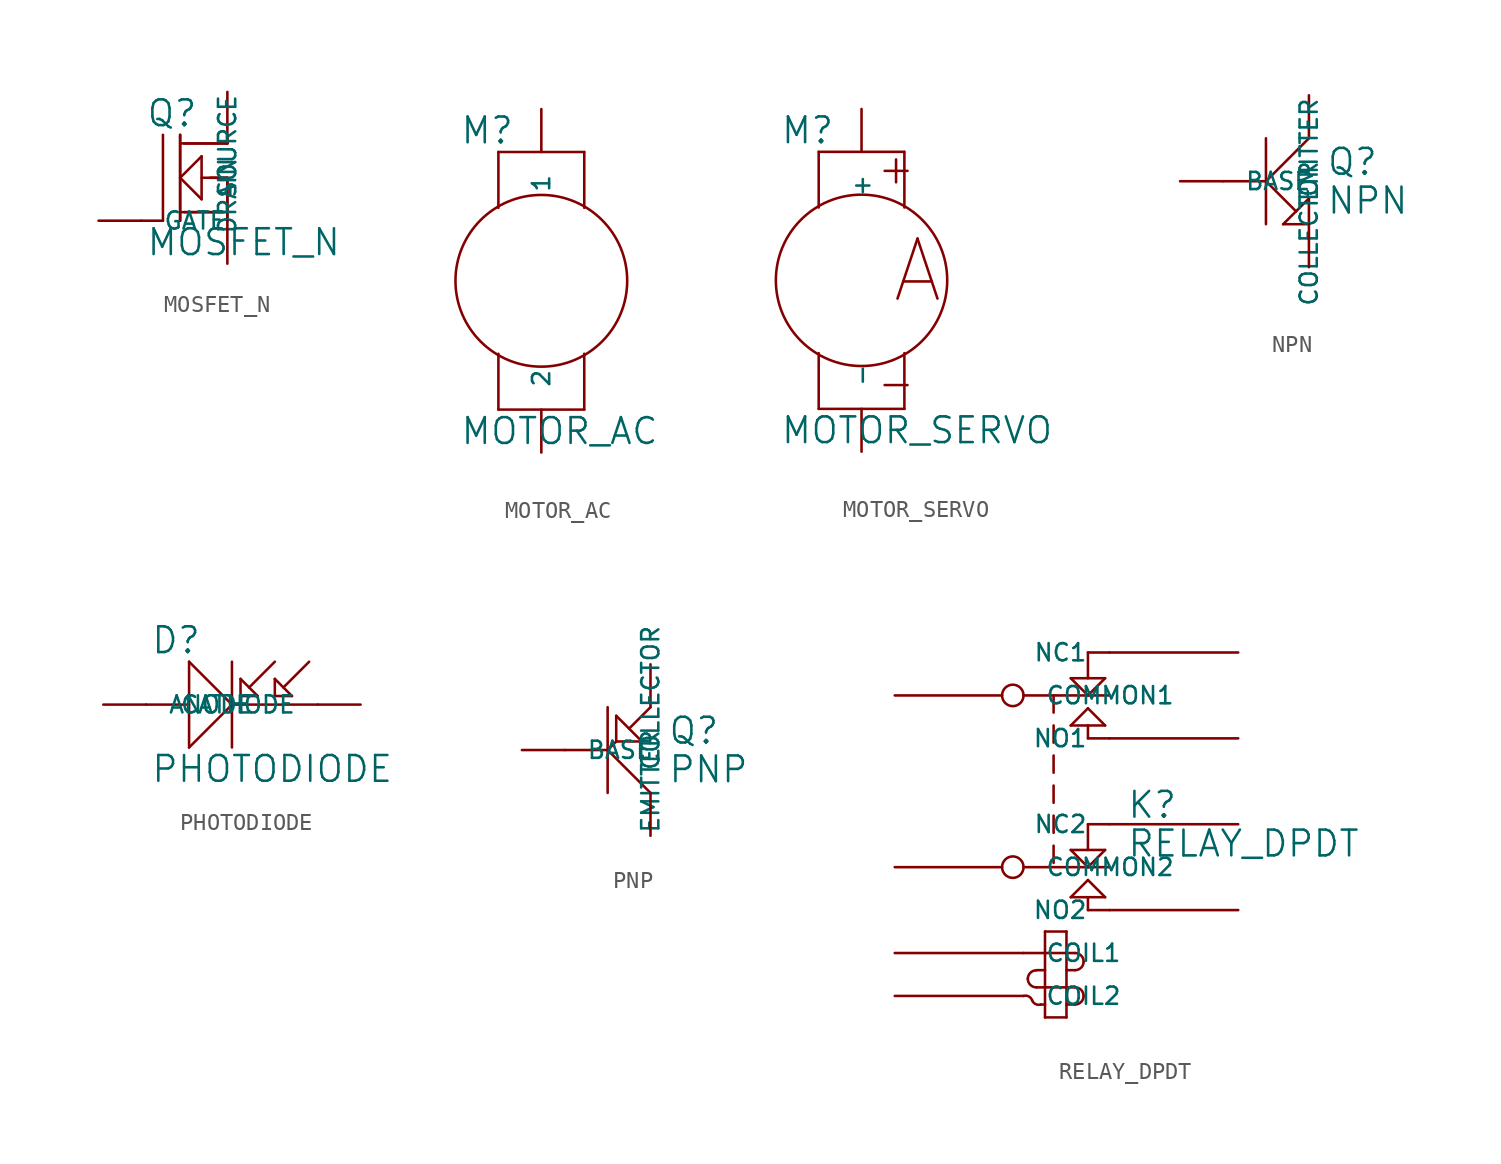
<source format=kicad_sym>
(kicad_symbol_lib
  (version 20231120)
  (generator "kicad_symbol_editor")
  (generator_version "8.0")
  (symbol "MOSFET_N"
    (pin_names
      (offset 1.27))
    (property "Reference" "Q"
      (at 0.254 0.381 0)
      (effects (font (size 1.524 1.524)) (justify left bottom)))
    (property "Value" "MOSFET_N"
      (at 0.254 -5.461 0)
      (effects (font (size 1.524 1.524)) (justify left top)))
    (symbol "MOSFET_N_0_1"
      (polyline (pts (xy 0 -5.08) (xy 1.27 -5.08)) (stroke (width 0) (type solid)) (fill (type none)))
      (polyline (pts (xy 1.27 -5.08) (xy 1.27 0)) (stroke (width 0) (type solid)) (fill (type none)))
      (polyline (pts (xy 2.286 -4.572) (xy 5.08 -4.572)) (stroke (width 0) (type solid)) (fill (type none)))
      (polyline (pts (xy 2.286 -2.54) (xy 3.556 -1.27)) (stroke (width 0) (type solid)) (fill (type none)))
      (polyline (pts (xy 2.286 0) (xy 2.286 -5.08)) (stroke (width 0) (type solid)) (fill (type none)))
      (polyline (pts (xy 2.286 0) (xy 2.286 -5.08)) (stroke (width 0) (type solid)) (fill (type none)))
      (polyline (pts (xy 2.54 -4.572) (xy 4.826 -4.572)) (stroke (width 0) (type solid)) (fill (type none)))
      (polyline (pts (xy 3.556 -3.81) (xy 2.286 -2.54)) (stroke (width 0) (type solid)) (fill (type none)))
      (polyline (pts (xy 3.556 -2.54) (xy 5.08 -2.54)) (stroke (width 0) (type solid)) (fill (type none)))
      (polyline (pts (xy 3.556 -1.27) (xy 3.556 -3.81)) (stroke (width 0) (type solid)) (fill (type none)))
      (polyline (pts (xy 4.064 -2.54) (xy 5.08 -2.54)) (stroke (width 0) (type solid)) (fill (type none)))
      (polyline (pts (xy 5.08 -2.54) (xy 5.08 -5.08)) (stroke (width 0) (type solid)) (fill (type none)))
      (polyline (pts (xy 5.08 -2.54) (xy 5.08 -5.08)) (stroke (width 0) (type solid)) (fill (type none)))
      (polyline (pts (xy 5.08 -0.508) (xy 2.286 -0.508)) (stroke (width 0) (type solid)) (fill (type none)))
      (polyline (pts (xy 5.08 -0.508) (xy 2.54 -0.508)) (stroke (width 0) (type solid)) (fill (type none)))
      (polyline (pts (xy 5.08 0) (xy 5.08 -0.508)) (stroke (width 0) (type solid)) (fill (type none)))
      (polyline (pts (xy 5.08 0) (xy 5.08 -0.508)) (stroke (width 0) (type solid)) (fill (type none))))
    (symbol "MOSFET_N_1_1"
      (pin input line (at 5.08 2.54 270) (length 2.54) (name "DRAIN" (effects (font (size 1.016 1.016)))) (number "~" (effects (font (size 1.27 1.27)))))
      (pin input line (at -2.54 -5.08 0) (length 2.54) (name "GATE" (effects (font (size 1.016 1.016)))) (number "~" (effects (font (size 1.27 1.27)))))
      (pin input line (at 5.08 -7.62 90) (length 2.54) (name "SOURCE" (effects (font (size 1.016 1.016)))) (number "~" (effects (font (size 1.27 1.27)))))))
  (symbol "MOTOR_AC"
    (pin_names
      (offset 1.27))
    (property "Reference" "M"
      (at 0.254 0.381 0)
      (effects (font (size 1.524 1.524)) (justify left bottom)))
    (property "Value" "MOTOR_AC"
      (at 0.254 -15.621 0)
      (effects (font (size 1.524 1.524)) (justify left top)))
    (symbol "MOTOR_AC_0_1"
      (polyline (pts (xy 2.54 -15.24) (xy 2.54 -11.938)) (stroke (width 0) (type solid)) (fill (type none)))
      (polyline (pts (xy 2.54 -3.302) (xy 2.54 0)) (stroke (width 0) (type solid)) (fill (type none)))
      (polyline (pts (xy 2.54 0) (xy 7.62 0)) (stroke (width 0) (type solid)) (fill (type none)))
      (polyline (pts (xy 7.62 -15.24) (xy 2.54 -15.24)) (stroke (width 0) (type solid)) (fill (type none)))
      (polyline (pts (xy 7.62 -11.938) (xy 7.62 -15.24)) (stroke (width 0) (type solid)) (fill (type none)))
      (polyline (pts (xy 7.62 0) (xy 7.62 -3.302)) (stroke (width 0) (type solid)) (fill (type none)))
      (circle (center 5.08 -7.62) (radius 5.08) (stroke (width 0) (type solid)) (fill (type none))))
    (symbol "MOTOR_AC_1_1"
      (pin passive line (at 5.08 2.54 270) (length 2.54) (name "1" (effects (font (size 1.016 1.016)))) (number "~" (effects (font (size 1.27 1.27)))))
      (pin passive line (at 5.08 -17.78 90) (length 2.54) (name "2" (effects (font (size 1.016 1.016)))) (number "~" (effects (font (size 1.27 1.27)))))))
  (symbol "MOTOR_SERVO"
    (pin_names
      (offset 1.27))
    (property "Reference" "M"
      (at 0.254 0.381 0)
      (effects (font (size 1.524 1.524)) (justify left bottom)))
    (property "Value" "MOTOR_SERVO"
      (at 0.254 -15.621 0)
      (effects (font (size 1.524 1.524)) (justify left top)))
    (symbol "MOTOR_SERVO_0_1"
      (polyline (pts (xy 2.54 -15.24) (xy 2.54 -11.938)) (stroke (width 0) (type solid)) (fill (type none)))
      (polyline (pts (xy 2.54 -3.302) (xy 2.54 0)) (stroke (width 0) (type solid)) (fill (type none)))
      (polyline (pts (xy 2.54 0) (xy 7.62 0)) (stroke (width 0) (type solid)) (fill (type none)))
      (polyline (pts (xy 7.62 -15.24) (xy 2.54 -15.24)) (stroke (width 0) (type solid)) (fill (type none)))
      (polyline (pts (xy 7.62 -11.938) (xy 7.62 -15.24)) (stroke (width 0) (type solid)) (fill (type none)))
      (polyline (pts (xy 7.62 0) (xy 7.62 -3.302)) (stroke (width 0) (type solid)) (fill (type none)))
      (circle (center 5.08 -7.62) (radius 5.08) (stroke (width 0) (type solid)) (fill (type none)))
      (text " + " (at 4.572 -2.032 0) (effects (font (size 1.778 1.778)) (justify left bottom)))
      (text " - " (at 4.572 -14.732 0) (effects (font (size 1.778 1.778)) (justify left bottom)))
      (text " A " (at 4.064 -9.144 0) (effects (font (size 3.556 3.556)) (justify left bottom))))
    (symbol "MOTOR_SERVO_1_1"
      (pin passive line (at 5.08 2.54 270) (length 2.54) (name "+" (effects (font (size 1.016 1.016)))) (number "~" (effects (font (size 1.27 1.27)))))
      (pin passive line (at 5.08 -17.78 90) (length 2.54) (name "-" (effects (font (size 1.016 1.016)))) (number "~" (effects (font (size 1.27 1.27)))))))
  (symbol "NPN"
    (pin_names
      (offset 1.27))
    (property "Reference" "Q"
      (at 6.096 -2.286 0)
      (effects (font (size 1.524 1.524)) (justify left bottom)))
    (property "Value" "NPN"
      (at 6.096 -2.794 0)
      (effects (font (size 1.524 1.524)) (justify left top)))
    (symbol "NPN_0_1"
      (polyline (pts (xy 2.54 -2.54) (xy 0 -2.54)) (stroke (width 0) (type solid)) (fill (type none)))
      (polyline (pts (xy 2.54 -2.54) (xy 4.318 -4.318)) (stroke (width 0) (type solid)) (fill (type none)))
      (polyline (pts (xy 2.54 0) (xy 2.54 -5.08)) (stroke (width 0) (type solid)) (fill (type none)))
      (polyline (pts (xy 3.556 -5.08) (xy 4.318 -4.318)) (stroke (width 0) (type solid)) (fill (type none)))
      (polyline (pts (xy 4.318 -4.318) (xy 5.08 -3.556)) (stroke (width 0) (type solid)) (fill (type none)))
      (polyline (pts (xy 5.08 -5.08) (xy 3.556 -5.08)) (stroke (width 0) (type solid)) (fill (type none)))
      (polyline (pts (xy 5.08 -3.556) (xy 5.08 -5.08)) (stroke (width 0) (type solid)) (fill (type none)))
      (polyline (pts (xy 5.08 0) (xy 2.54 -2.54)) (stroke (width 0) (type solid)) (fill (type none))))
    (symbol "NPN_1_1"
      (pin input line (at -2.54 -2.54 0) (length 2.54) (name "BASE" (effects (font (size 1.016 1.016)))) (number "~" (effects (font (size 1.27 1.27)))))
      (pin passive line (at 5.08 2.54 270) (length 2.54) (name "COLLECTOR" (effects (font (size 1.016 1.016)))) (number "~" (effects (font (size 1.27 1.27)))))
      (pin passive line (at 5.08 -7.62 90) (length 2.54) (name "EMITTER" (effects (font (size 1.016 1.016)))) (number "~" (effects (font (size 1.27 1.27)))))))
  (symbol "PHOTODIODE"
    (pin_names
      (offset 1.27))
    (property "Reference" "D"
      (at 0.254 0.381 0)
      (effects (font (size 1.524 1.524)) (justify left bottom)))
    (property "Value" "PHOTODIODE"
      (at 0.254 -5.461 0)
      (effects (font (size 1.524 1.524)) (justify left top)))
    (symbol "PHOTODIODE_0_1"
      (polyline (pts (xy 0 -2.54) (xy 2.54 -2.54)) (stroke (width 0) (type solid)) (fill (type none)))
      (polyline (pts (xy 2.54 -5.08) (xy 5.08 -2.54)) (stroke (width 0) (type solid)) (fill (type none)))
      (polyline (pts (xy 2.54 0) (xy 2.54 -5.08)) (stroke (width 0) (type solid)) (fill (type none)))
      (polyline (pts (xy 5.08 -2.54) (xy 2.54 0)) (stroke (width 0) (type solid)) (fill (type none)))
      (polyline (pts (xy 5.08 -2.54) (xy 10.16 -2.54)) (stroke (width 0) (type solid)) (fill (type none)))
      (polyline (pts (xy 5.08 0) (xy 5.08 -5.08)) (stroke (width 0) (type solid)) (fill (type none)))
      (polyline (pts (xy 5.588 -2.032) (xy 5.588 -1.016)) (stroke (width 0) (type solid)) (fill (type none)))
      (polyline (pts (xy 5.588 -1.016) (xy 6.604 -2.032)) (stroke (width 0) (type solid)) (fill (type none)))
      (polyline (pts (xy 6.096 -1.524) (xy 7.62 0)) (stroke (width 0) (type solid)) (fill (type none)))
      (polyline (pts (xy 6.604 -2.032) (xy 5.588 -2.032)) (stroke (width 0) (type solid)) (fill (type none)))
      (polyline (pts (xy 7.62 -2.032) (xy 7.62 -1.016)) (stroke (width 0) (type solid)) (fill (type none)))
      (polyline (pts (xy 7.62 -1.016) (xy 8.636 -2.032)) (stroke (width 0) (type solid)) (fill (type none)))
      (polyline (pts (xy 8.128 -1.524) (xy 9.652 0)) (stroke (width 0) (type solid)) (fill (type none)))
      (polyline (pts (xy 8.636 -2.032) (xy 7.62 -2.032)) (stroke (width 0) (type solid)) (fill (type none))))
    (symbol "PHOTODIODE_1_1"
      (pin passive line (at -2.54 -2.54 0) (length 2.54) (name "ANODE" (effects (font (size 1.016 1.016)))) (number "~" (effects (font (size 1.27 1.27)))))
      (pin passive line (at 12.7 -2.54 180) (length 2.54) (name "CATHODE" (effects (font (size 1.016 1.016)))) (number "~" (effects (font (size 1.27 1.27)))))))
  (symbol "PNP"
    (pin_names
      (offset 1.27))
    (property "Reference" "Q"
      (at 6.096 -2.286 0)
      (effects (font (size 1.524 1.524)) (justify left bottom)))
    (property "Value" "PNP"
      (at 6.096 -2.794 0)
      (effects (font (size 1.524 1.524)) (justify left top)))
    (symbol "PNP_0_1"
      (polyline (pts (xy 0 -2.54) (xy 2.54 -2.54)) (stroke (width 0) (type solid)) (fill (type none)))
      (polyline (pts (xy 2.54 -5.08) (xy 2.54 0)) (stroke (width 0) (type solid)) (fill (type none)))
      (polyline (pts (xy 3.048 -2.032) (xy 2.54 -2.54)) (stroke (width 0) (type solid)) (fill (type none)))
      (polyline (pts (xy 3.048 -2.032) (xy 3.048 -0.508)) (stroke (width 0) (type solid)) (fill (type none)))
      (polyline (pts (xy 3.048 -0.508) (xy 4.572 -2.032)) (stroke (width 0) (type solid)) (fill (type none)))
      (polyline (pts (xy 3.81 -1.27) (xy 5.08 0)) (stroke (width 0) (type solid)) (fill (type none)))
      (polyline (pts (xy 4.572 -2.032) (xy 3.048 -2.032)) (stroke (width 0) (type solid)) (fill (type none)))
      (polyline (pts (xy 5.08 -5.08) (xy 2.54 -2.54)) (stroke (width 0) (type solid)) (fill (type none))))
    (symbol "PNP_1_1"
      (pin input line (at -2.54 -2.54 0) (length 2.54) (name "BASE" (effects (font (size 1.016 1.016)))) (number "~" (effects (font (size 1.27 1.27)))))
      (pin passive line (at 5.08 -7.62 90) (length 2.54) (name "COLLECTOR" (effects (font (size 1.016 1.016)))) (number "~" (effects (font (size 1.27 1.27)))))
      (pin passive line (at 5.08 2.54 270) (length 2.54) (name "EMITTER" (effects (font (size 1.016 1.016)))) (number "~" (effects (font (size 1.27 1.27)))))))
  (symbol "RELAY_DPDT"
    (pin_names
      (offset 1.27))
    (property "Reference" "K"
      (at 6.096 -12.446 0)
      (effects (font (size 1.524 1.524)) (justify left bottom)))
    (property "Value" "RELAY_DPDT"
      (at 6.096 -12.954 0)
      (effects (font (size 1.524 1.524)) (justify left top)))
    (symbol "RELAY_DPDT_0_1"
      (polyline (pts (xy 0 -20.32) (xy 3.048 -20.32)) (stroke (width 0) (type solid)) (fill (type none)))
      (polyline (pts (xy 0 -15.24) (xy 5.08 -15.24)) (stroke (width 0) (type solid)) (fill (type none)))
      (polyline (pts (xy 0 -5.08) (xy 5.08 -5.08)) (stroke (width 0) (type solid)) (fill (type none)))
      (polyline (pts (xy 0.762 -22.352) (xy 3.048 -22.352)) (stroke (width 0) (type solid)) (fill (type none)))
      (polyline (pts (xy 1.016 -23.368) (xy 1.27 -23.368)) (stroke (width 0) (type solid)) (fill (type none)))
      (polyline (pts (xy 1.27 -24.13) (xy 2.54 -24.13)) (stroke (width 0) (type solid)) (fill (type none)))
      (polyline (pts (xy 1.27 -21.336) (xy 0.762 -21.336)) (stroke (width 0) (type solid)) (fill (type none)))
      (polyline (pts (xy 1.27 -19.05) (xy 1.27 -24.13)) (stroke (width 0) (type solid)) (fill (type none)))
      (polyline (pts (xy 1.778 -13.97) (xy 1.778 -14.986)) (stroke (width 0) (type solid)) (fill (type none)))
      (polyline (pts (xy 1.778 -12.192) (xy 1.778 -13.208)) (stroke (width 0) (type solid)) (fill (type none)))
      (polyline (pts (xy 1.778 -10.414) (xy 1.778 -11.43)) (stroke (width 0) (type solid)) (fill (type none)))
      (polyline (pts (xy 1.778 -8.636) (xy 1.778 -9.652)) (stroke (width 0) (type solid)) (fill (type none)))
      (polyline (pts (xy 1.778 -6.858) (xy 1.778 -7.874)) (stroke (width 0) (type solid)) (fill (type none)))
      (polyline (pts (xy 1.778 -5.08) (xy 1.778 -6.096)) (stroke (width 0) (type solid)) (fill (type none)))
      (polyline (pts (xy 2.54 -24.13) (xy 2.54 -19.05)) (stroke (width 0) (type solid)) (fill (type none)))
      (polyline (pts (xy 2.54 -19.05) (xy 1.27 -19.05)) (stroke (width 0) (type solid)) (fill (type none)))
      (polyline (pts (xy 2.794 -17.018) (xy 3.81 -16.002)) (stroke (width 0) (type solid)) (fill (type none)))
      (polyline (pts (xy 2.794 -14.224) (xy 3.81 -15.24)) (stroke (width 0) (type solid)) (fill (type none)))
      (polyline (pts (xy 2.794 -6.858) (xy 3.81 -5.842)) (stroke (width 0) (type solid)) (fill (type none)))
      (polyline (pts (xy 2.794 -4.064) (xy 3.81 -5.08)) (stroke (width 0) (type solid)) (fill (type none)))
      (polyline (pts (xy 3.048 -23.368) (xy 2.54 -23.368)) (stroke (width 0) (type solid)) (fill (type none)))
      (polyline (pts (xy 3.048 -21.336) (xy 2.54 -21.336)) (stroke (width 0) (type solid)) (fill (type none)))
      (polyline (pts (xy 3.81 -17.78) (xy 5.08 -17.78)) (stroke (width 0) (type solid)) (fill (type none)))
      (polyline (pts (xy 3.81 -17.018) (xy 3.81 -17.78)) (stroke (width 0) (type solid)) (fill (type none)))
      (polyline (pts (xy 3.81 -16.002) (xy 4.826 -17.018)) (stroke (width 0) (type solid)) (fill (type none)))
      (polyline (pts (xy 3.81 -15.24) (xy 4.826 -14.224)) (stroke (width 0) (type solid)) (fill (type none)))
      (polyline (pts (xy 3.81 -14.224) (xy 3.81 -12.7)) (stroke (width 0) (type solid)) (fill (type none)))
      (polyline (pts (xy 3.81 -12.7) (xy 5.08 -12.7)) (stroke (width 0) (type solid)) (fill (type none)))
      (polyline (pts (xy 3.81 -7.62) (xy 5.08 -7.62)) (stroke (width 0) (type solid)) (fill (type none)))
      (polyline (pts (xy 3.81 -6.858) (xy 3.81 -7.62)) (stroke (width 0) (type solid)) (fill (type none)))
      (polyline (pts (xy 3.81 -5.842) (xy 4.826 -6.858)) (stroke (width 0) (type solid)) (fill (type none)))
      (polyline (pts (xy 3.81 -5.08) (xy 4.826 -4.064)) (stroke (width 0) (type solid)) (fill (type none)))
      (polyline (pts (xy 3.81 -4.064) (xy 3.81 -2.54)) (stroke (width 0) (type solid)) (fill (type none)))
      (polyline (pts (xy 3.81 -2.54) (xy 5.08 -2.54)) (stroke (width 0) (type solid)) (fill (type none)))
      (polyline (pts (xy 4.826 -17.018) (xy 2.794 -17.018)) (stroke (width 0) (type solid)) (fill (type none)))
      (polyline (pts (xy 4.826 -14.224) (xy 2.794 -14.224)) (stroke (width 0) (type solid)) (fill (type none)))
      (polyline (pts (xy 4.826 -6.858) (xy 2.794 -6.858)) (stroke (width 0) (type solid)) (fill (type none)))
      (polyline (pts (xy 4.826 -4.064) (xy 2.794 -4.064)) (stroke (width 0) (type solid)) (fill (type none)))
      (arc (start 0.254 -21.844) (mid 0.4028 -22.2032) (end 0.762 -22.352) (stroke (width 0) (type solid)) (fill (type none)))
      (arc (start 0.508 -23.114) (mid 0.2986 -22.8849) (end 0 -22.86) (stroke (width 0) (type solid)) (fill (type none)))
      (arc (start 0.508 -23.114) (mid 0.7174 -23.3431) (end 1.016 -23.368) (stroke (width 0) (type solid)) (fill (type none)))
      (arc (start 0.762 -21.336) (mid 0.4028 -21.4848) (end 0.254 -21.844) (stroke (width 0) (type solid)) (fill (type none)))
      (arc (start 3.048 -23.368) (mid 3.4072 -23.2192) (end 3.556 -22.86) (stroke (width 0) (type solid)) (fill (type none)))
      (arc (start 3.048 -21.336) (mid 3.4072 -21.1872) (end 3.556 -20.828) (stroke (width 0) (type solid)) (fill (type none)))
      (arc (start 3.556 -22.86) (mid 3.4072 -22.5008) (end 3.048 -22.352) (stroke (width 0) (type solid)) (fill (type none)))
      (arc (start 3.556 -20.828) (mid 3.4072 -20.4688) (end 3.048 -20.32) (stroke (width 0) (type solid)) (fill (type none))))
    (symbol "RELAY_DPDT_1_1"
      (pin passive line (at -7.62 -20.32 0) (length 7.62) (name "COIL1" (effects (font (size 1.016 1.016)))) (number "~" (effects (font (size 1.27 1.27)))))
      (pin passive line (at -7.62 -22.86 0) (length 7.62) (name "COIL2" (effects (font (size 1.016 1.016)))) (number "~" (effects (font (size 1.27 1.27)))))
      (pin passive inverted (at -7.62 -5.08 0) (length 7.62) (name "COMMON1" (effects (font (size 1.016 1.016)))) (number "~" (effects (font (size 1.27 1.27)))))
      (pin passive inverted (at -7.62 -15.24 0) (length 7.62) (name "COMMON2" (effects (font (size 1.016 1.016)))) (number "~" (effects (font (size 1.27 1.27)))))
      (pin passive line (at 12.7 -2.54 180) (length 7.62) (name "NC1" (effects (font (size 1.016 1.016)))) (number "~" (effects (font (size 1.27 1.27)))))
      (pin passive line (at 12.7 -12.7 180) (length 7.62) (name "NC2" (effects (font (size 1.016 1.016)))) (number "~" (effects (font (size 1.27 1.27)))))
      (pin passive line (at 12.7 -7.62 180) (length 7.62) (name "NO1" (effects (font (size 1.016 1.016)))) (number "~" (effects (font (size 1.27 1.27)))))
      (pin passive line (at 12.7 -17.78 180) (length 7.62) (name "NO2" (effects (font (size 1.016 1.016)))) (number "~" (effects (font (size 1.27 1.27))))))))
</source>
